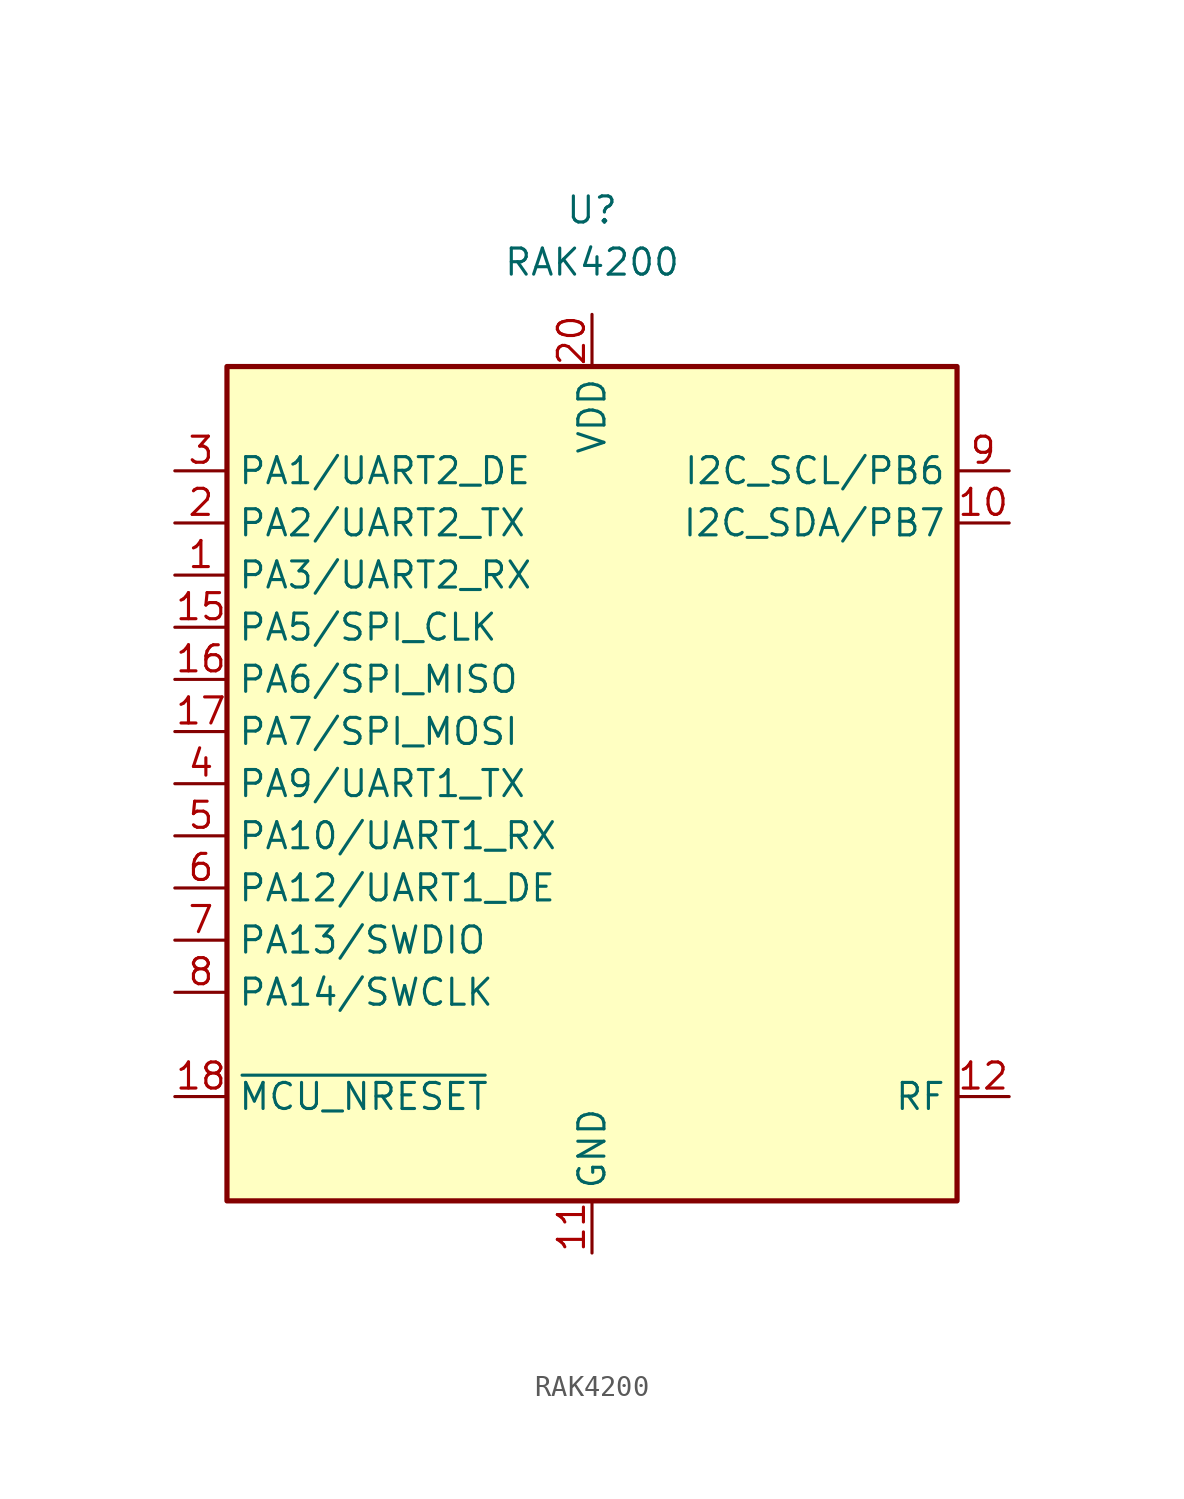
<source format=kicad_sym>
(kicad_symbol_lib
  (version 20231120)
  (generator "kicad_symbol_editor")
  (generator_version "8.0")
  (symbol "RAK4200"
    (property "Reference" "U"
      (at 0 27.94 0)
      (effects (font (size 1.27 1.27))))
    (property "Value" "RAK4200"
      (at 0 25.4 0)
      (effects (font (size 1.27 1.27))))
    (symbol "RAK4200_0_1"
      (rectangle (start -17.78 20.32) (end 17.78 -20.32) (stroke (width 0.254) (type default)) (fill (type background))))
    (symbol "RAK4200_1_1"
      (pin bidirectional line (at -20.32 10.16 0) (length 2.54) (name "PA3/UART2_RX" (effects (font (size 1.27 1.27)))) (number "1" (effects (font (size 1.27 1.27)))))
      (pin bidirectional line (at 20.32 12.7 180) (length 2.54) (name "I2C_SDA/PB7" (effects (font (size 1.27 1.27)))) (number "10" (effects (font (size 1.27 1.27)))))
      (pin power_in line (at 0 -22.86 90) (length 2.54) (name "GND" (effects (font (size 1.27 1.27)))) (number "11" (effects (font (size 1.27 1.27)))))
      (pin passive line (at 20.32 -15.24 180) (length 2.54) (name "RF" (effects (font (size 1.27 1.27)))) (number "12" (effects (font (size 1.27 1.27)))))
      (pin passive line (at 0 -22.86 90) (length 2.54) hide (name "GND" (effects (font (size 1.27 1.27)))) (number "13" (effects (font (size 1.27 1.27)))))
      (pin passive line (at 0 -22.86 90) (length 2.54) hide (name "GND" (effects (font (size 1.27 1.27)))) (number "14" (effects (font (size 1.27 1.27)))))
      (pin bidirectional line (at -20.32 7.62 0) (length 2.54) (name "PA5/SPI_CLK" (effects (font (size 1.27 1.27)))) (number "15" (effects (font (size 1.27 1.27)))))
      (pin bidirectional line (at -20.32 5.08 0) (length 2.54) (name "PA6/SPI_MISO" (effects (font (size 1.27 1.27)))) (number "16" (effects (font (size 1.27 1.27)))))
      (pin bidirectional line (at -20.32 2.54 0) (length 2.54) (name "PA7/SPI_MOSI" (effects (font (size 1.27 1.27)))) (number "17" (effects (font (size 1.27 1.27)))))
      (pin bidirectional line (at -20.32 -15.24 0) (length 2.54) (name "~{MCU_NRESET}" (effects (font (size 1.27 1.27)))) (number "18" (effects (font (size 1.27 1.27)))))
      (pin passive line (at 0 -22.86 90) (length 2.54) hide (name "GND" (effects (font (size 1.27 1.27)))) (number "19" (effects (font (size 1.27 1.27)))))
      (pin bidirectional line (at -20.32 12.7 0) (length 2.54) (name "PA2/UART2_TX" (effects (font (size 1.27 1.27)))) (number "2" (effects (font (size 1.27 1.27)))))
      (pin power_in line (at 0 22.86 270) (length 2.54) (name "VDD" (effects (font (size 1.27 1.27)))) (number "20" (effects (font (size 1.27 1.27)))))
      (pin bidirectional line (at -20.32 15.24 0) (length 2.54) (name "PA1/UART2_DE" (effects (font (size 1.27 1.27)))) (number "3" (effects (font (size 1.27 1.27)))))
      (pin bidirectional line (at -20.32 0 0) (length 2.54) (name "PA9/UART1_TX" (effects (font (size 1.27 1.27)))) (number "4" (effects (font (size 1.27 1.27)))))
      (pin bidirectional line (at -20.32 -2.54 0) (length 2.54) (name "PA10/UART1_RX" (effects (font (size 1.27 1.27)))) (number "5" (effects (font (size 1.27 1.27)))))
      (pin bidirectional line (at -20.32 -5.08 0) (length 2.54) (name "PA12/UART1_DE" (effects (font (size 1.27 1.27)))) (number "6" (effects (font (size 1.27 1.27)))))
      (pin bidirectional line (at -20.32 -7.62 0) (length 2.54) (name "PA13/SWDIO" (effects (font (size 1.27 1.27)))) (number "7" (effects (font (size 1.27 1.27)))))
      (pin bidirectional line (at -20.32 -10.16 0) (length 2.54) (name "PA14/SWCLK" (effects (font (size 1.27 1.27)))) (number "8" (effects (font (size 1.27 1.27)))))
      (pin bidirectional line (at 20.32 15.24 180) (length 2.54) (name "I2C_SCL/PB6" (effects (font (size 1.27 1.27)))) (number "9" (effects (font (size 1.27 1.27))))))))
</source>
